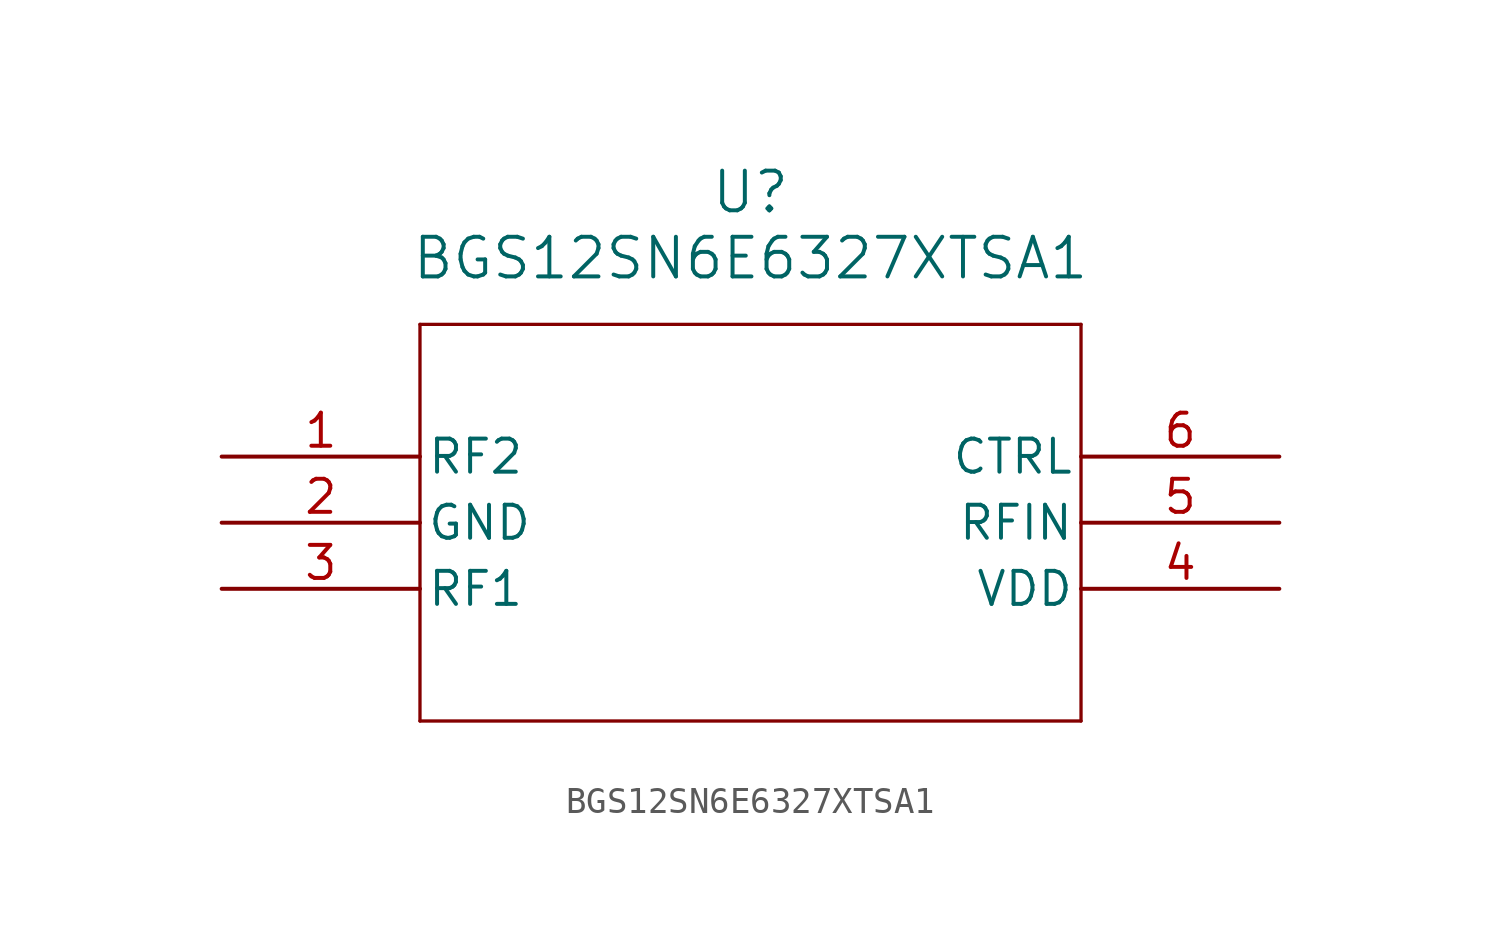
<source format=kicad_sym>
(kicad_symbol_lib
  (version 20211014)
  (generator kicad_symbol_editor)
  (symbol "BGS12SN6E6327XTSA1"
    (pin_names
      (offset 0.254))
    (property "Reference" "U"
      (at 20.32 10.16 0)
      (effects (font (size 1.524 1.524))))
    (property "Value" "BGS12SN6E6327XTSA1"
      (at 20.32 7.62 0)
      (effects (font (size 1.524 1.524))))
    (symbol "BGS12SN6E6327XTSA1_0_1"
      (polyline (pts (xy 7.62 5.08) (xy 7.62 -10.16)) (stroke (width 0.127) (type default) (color 0 0 0 0)) (fill (type none)))
      (polyline (pts (xy 7.62 -10.16) (xy 33.02 -10.16)) (stroke (width 0.127) (type default) (color 0 0 0 0)) (fill (type none)))
      (polyline (pts (xy 33.02 -10.16) (xy 33.02 5.08)) (stroke (width 0.127) (type default) (color 0 0 0 0)) (fill (type none)))
      (polyline (pts (xy 33.02 5.08) (xy 7.62 5.08)) (stroke (width 0.127) (type default) (color 0 0 0 0)) (fill (type none)))
      (pin bidirectional line (at 0 0 0) (length 7.62) (name "RF2" (effects (font (size 1.27 1.27)))) (number "1" (effects (font (size 1.27 1.27)))))
      (pin power_out line (at 0 -2.54 0) (length 7.62) (name "GND" (effects (font (size 1.27 1.27)))) (number "2" (effects (font (size 1.27 1.27)))))
      (pin bidirectional line (at 0 -5.08 0) (length 7.62) (name "RF1" (effects (font (size 1.27 1.27)))) (number "3" (effects (font (size 1.27 1.27)))))
      (pin power_in line (at 40.64 -5.08 180) (length 7.62) (name "VDD" (effects (font (size 1.27 1.27)))) (number "4" (effects (font (size 1.27 1.27)))))
      (pin bidirectional line (at 40.64 -2.54 180) (length 7.62) (name "RFIN" (effects (font (size 1.27 1.27)))) (number "5" (effects (font (size 1.27 1.27)))))
      (pin input line (at 40.64 0 180) (length 7.62) (name "CTRL" (effects (font (size 1.27 1.27)))) (number "6" (effects (font (size 1.27 1.27))))))))
</source>
